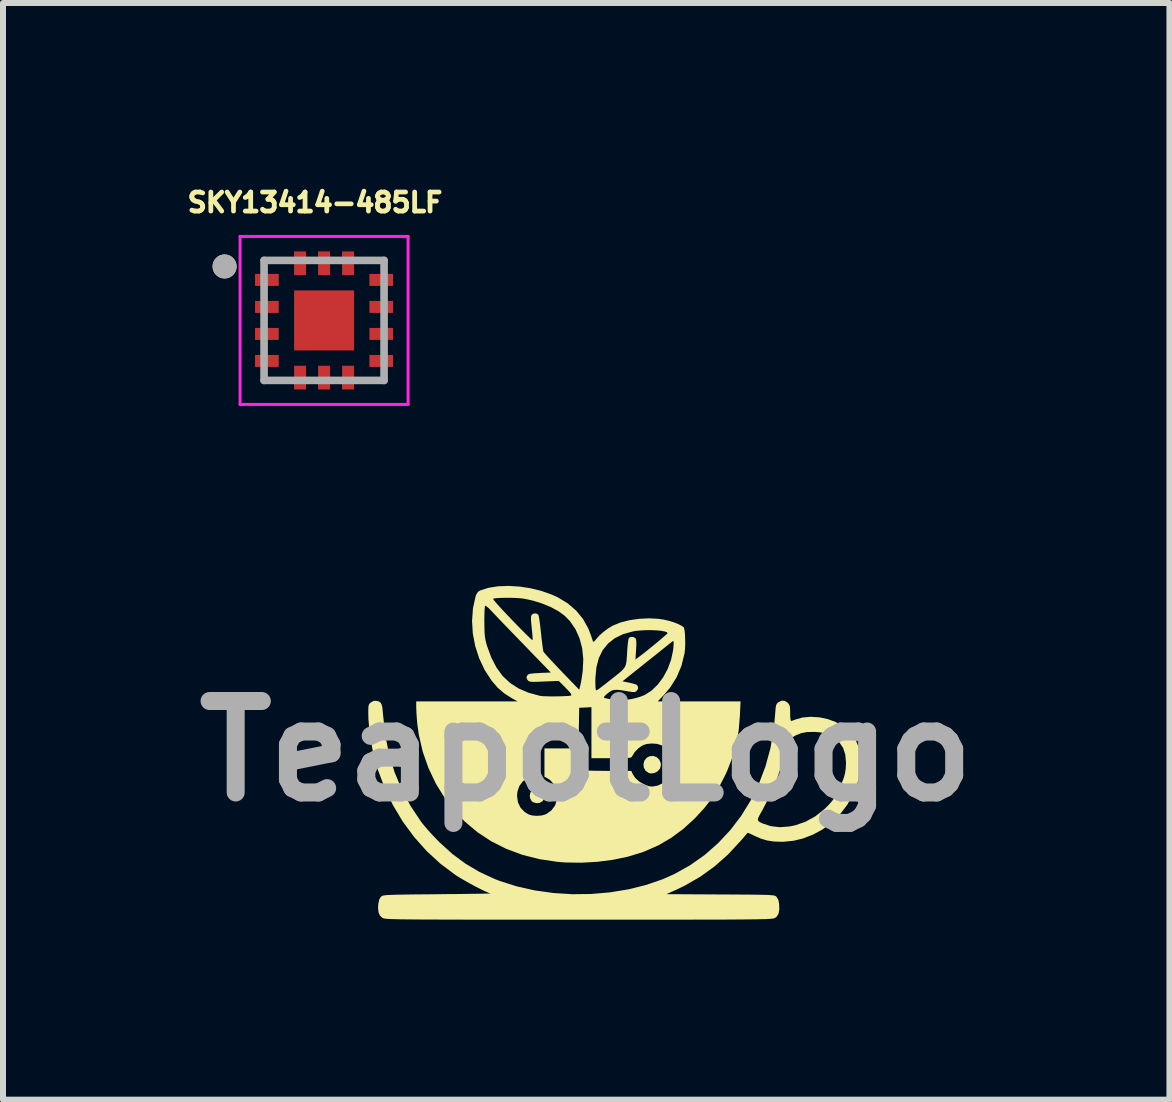
<source format=kicad_pcb>
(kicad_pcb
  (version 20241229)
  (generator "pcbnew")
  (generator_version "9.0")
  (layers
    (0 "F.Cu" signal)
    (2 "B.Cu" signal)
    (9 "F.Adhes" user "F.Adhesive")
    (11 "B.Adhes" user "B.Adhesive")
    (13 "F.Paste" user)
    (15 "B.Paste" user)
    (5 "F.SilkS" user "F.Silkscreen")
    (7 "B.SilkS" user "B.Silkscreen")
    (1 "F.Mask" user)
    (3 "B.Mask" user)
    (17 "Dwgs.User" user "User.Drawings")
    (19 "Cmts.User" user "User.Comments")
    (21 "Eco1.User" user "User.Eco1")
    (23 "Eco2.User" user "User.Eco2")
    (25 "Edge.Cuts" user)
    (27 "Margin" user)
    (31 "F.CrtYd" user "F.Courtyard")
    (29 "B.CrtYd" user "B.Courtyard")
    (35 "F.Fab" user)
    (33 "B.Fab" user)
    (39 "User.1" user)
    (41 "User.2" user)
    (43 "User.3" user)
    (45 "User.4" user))
  (footprint "SKY13414-485LF"
    (layer "F.Cu")
    (at 2.351 2.29)
    (property "Reference" "SKY13414-485LF" (at -0.151 -1.965 0) (layer "F.SilkS") (effects (font (size 0.317 0.317) (thickness 0.15))))
    (attr smd)
    (fp_circle (center -1.658 -0.899) (end -1.558 -0.899) (stroke (width 0.2) (type solid)) (fill no) (layer "F.SilkS"))
    (fp_poly (pts (xy -0.35 -0.35) (xy 0.35 -0.35) (xy 0.35 0.35) (xy -0.35 0.35)) (stroke (width 0.01) (type solid)) (fill yes) (layer "F.Paste"))
    (fp_line (start -1.4 -1.4) (end 1.4 -1.4) (stroke (width 0.05) (type solid)) (layer "F.CrtYd"))
    (fp_line (start -1.4 1.4) (end -1.4 -1.4) (stroke (width 0.05) (type solid)) (layer "F.CrtYd"))
    (fp_line (start 1.4 -1.4) (end 1.4 1.4) (stroke (width 0.05) (type solid)) (layer "F.CrtYd"))
    (fp_line (start 1.4 1.4) (end -1.4 1.4) (stroke (width 0.05) (type solid)) (layer "F.CrtYd"))
    (fp_line (start -1 -1) (end 1 -1) (stroke (width 0.127) (type solid)) (layer "F.Fab"))
    (fp_line (start -1 1) (end -1 -1) (stroke (width 0.127) (type solid)) (layer "F.Fab"))
    (fp_line (start 1 -1) (end 1 1) (stroke (width 0.127) (type solid)) (layer "F.Fab"))
    (fp_line (start 1 1) (end -1 1) (stroke (width 0.127) (type solid)) (layer "F.Fab"))
    (fp_circle (center -1.658 -0.899) (end -1.558 -0.899) (stroke (width 0.2) (type solid)) (fill no) (layer "F.Fab"))
    (pad "1" smd rect (at -0.953 -0.675 180) (size 0.395 0.2) (layers "F.Cu" "F.Mask" "F.Paste"))
    (pad "2" smd rect (at -0.953 -0.225 180) (size 0.395 0.2) (layers "F.Cu" "F.Mask" "F.Paste"))
    (pad "3" smd rect (at -0.953 0.225 180) (size 0.395 0.2) (layers "F.Cu" "F.Mask" "F.Paste"))
    (pad "4" smd rect (at -0.953 0.675 180) (size 0.395 0.2) (layers "F.Cu" "F.Mask" "F.Paste"))
    (pad "5" smd rect (at -0.4 0.953 270) (size 0.395 0.2) (layers "F.Cu" "F.Mask" "F.Paste"))
    (pad "6" smd rect (at 0 0.953 270) (size 0.395 0.2) (layers "F.Cu" "F.Mask" "F.Paste"))
    (pad "7" smd rect (at 0.4 0.953 270) (size 0.395 0.2) (layers "F.Cu" "F.Mask" "F.Paste"))
    (pad "8" smd rect (at 0.953 0.675) (size 0.395 0.2) (layers "F.Cu" "F.Mask" "F.Paste"))
    (pad "9" smd rect (at 0.953 0.225 180) (size 0.395 0.2) (layers "F.Cu" "F.Mask" "F.Paste"))
    (pad "10" smd rect (at 0.953 -0.225 180) (size 0.395 0.2) (layers "F.Cu" "F.Mask" "F.Paste"))
    (pad "11" smd rect (at 0.953 -0.675 180) (size 0.395 0.2) (layers "F.Cu" "F.Mask" "F.Paste"))
    (pad "12" smd rect (at 0.4 -0.953 270) (size 0.395 0.2) (layers "F.Cu" "F.Mask" "F.Paste"))
    (pad "13" smd rect (at 0 -0.953 270) (size 0.395 0.2) (layers "F.Cu" "F.Mask" "F.Paste"))
    (pad "14" smd rect (at -0.4 -0.953 270) (size 0.395 0.2) (layers "F.Cu" "F.Mask" "F.Paste"))
    (pad "15" smd rect (at 0 0) (size 1 1) (layers "F.Cu" "F.Mask")))
  (footprint "TeapotLogo"
    (layer "F.Cu")
    (at 6.72 9.428)
    (property "Reference" "TeapotLogo" (at 0 0.04 0) (layer "F.Fab") (effects (font (size 1.524 1.524) (thickness 0.3))))
    (attr board_only exclude_from_pos_files exclude_from_bom)
    (fp_poly (pts (xy -0.76 0.675) (xy -0.729 0.696) (xy -0.702 0.743) (xy -0.696 0.786) (xy -0.708 0.844) (xy -0.729 0.876) (xy -0.776 0.902) (xy -0.818 0.908) (xy -0.876 0.896) (xy -0.908 0.876) (xy -0.934 0.828) (xy -0.941 0.786) (xy -0.929 0.728) (xy -0.908 0.696) (xy -0.861 0.67) (xy -0.818 0.663)) (stroke (width 0) (type solid)) (fill yes) (layer "F.SilkS"))
    (fp_poly (pts (xy 1.173 0.14) (xy 1.218 0.182) (xy 1.243 0.242) (xy 1.245 0.27) (xy 1.231 0.328) (xy 1.192 0.375) (xy 1.139 0.405) (xy 1.079 0.413) (xy 1.039 0.403) (xy 0.989 0.367) (xy 0.96 0.315) (xy 0.954 0.257) (xy 0.969 0.2) (xy 1.006 0.153) (xy 1.051 0.127) (xy 1.115 0.12)) (stroke (width 0) (type solid)) (fill yes) (layer "F.SilkS"))
    (fp_poly (pts (xy 3.311 -0.797) (xy 3.359 -0.765) (xy 3.379 -0.741) (xy 3.391 -0.714) (xy 3.397 -0.675) (xy 3.399 -0.616) (xy 3.399 -0.593) (xy 3.4 -0.533) (xy 3.405 -0.487) (xy 3.411 -0.464) (xy 3.413 -0.462) (xy 3.437 -0.468) (xy 3.476 -0.482) (xy 3.482 -0.485) (xy 3.604 -0.52) (xy 3.741 -0.532) (xy 3.886 -0.523) (xy 4.028 -0.493) (xy 4.162 -0.443) (xy 4.17 -0.438) (xy 4.306 -0.355) (xy 4.415 -0.255) (xy 4.495 -0.138) (xy 4.548 -0.004) (xy 4.574 0.149) (xy 4.577 0.223) (xy 4.562 0.409) (xy 4.516 0.594) (xy 4.444 0.772) (xy 4.346 0.941) (xy 4.227 1.096) (xy 4.088 1.234) (xy 3.933 1.349) (xy 3.781 1.431) (xy 3.616 1.495) (xy 3.457 1.534) (xy 3.295 1.55) (xy 3.26 1.551) (xy 3.129 1.547) (xy 3.017 1.53) (xy 2.912 1.499) (xy 2.805 1.452) (xy 2.752 1.426) (xy 2.711 1.408) (xy 2.691 1.401) (xy 2.69 1.401) (xy 2.678 1.415) (xy 2.65 1.448) (xy 2.61 1.495) (xy 2.574 1.536) (xy 2.362 1.764) (xy 2.138 1.962) (xy 1.9 2.134) (xy 1.644 2.281) (xy 1.497 2.352) (xy 1.336 2.424) (xy 2.237 2.429) (xy 2.431 2.43) (xy 2.595 2.431) (xy 2.731 2.432) (xy 2.843 2.433) (xy 2.933 2.435) (xy 3.004 2.436) (xy 3.057 2.439) (xy 3.097 2.442) (xy 3.125 2.446) (xy 3.144 2.45) (xy 3.156 2.456) (xy 3.165 2.462) (xy 3.172 2.469) (xy 3.203 2.522) (xy 3.215 2.586) (xy 3.218 2.679) (xy 3.206 2.748) (xy 3.177 2.796) (xy 3.149 2.818) (xy 3.142 2.821) (xy 3.134 2.825) (xy 3.123 2.828) (xy 3.108 2.831) (xy 3.088 2.833) (xy 3.06 2.836) (xy 3.025 2.838) (xy 2.979 2.84) (xy 2.923 2.841) (xy 2.854 2.843) (xy 2.772 2.844) (xy 2.675 2.845) (xy 2.561 2.846) (xy 2.429 2.847) (xy 2.279 2.848) (xy 2.107 2.848) (xy 1.914 2.848) (xy 1.698 2.849) (xy 1.457 2.849) (xy 1.19 2.849) (xy 0.896 2.849) (xy 0.573 2.849) (xy 0.221 2.849) (xy -0.125 2.849) (xy -0.506 2.849) (xy -0.856 2.849) (xy -1.176 2.849) (xy -1.467 2.849) (xy -1.732 2.849) (xy -1.97 2.849) (xy -2.184 2.848) (xy -2.375 2.848) (xy -2.544 2.847) (xy -2.693 2.847) (xy -2.822 2.846) (xy -2.935 2.845) (xy -3.03 2.844) (xy -3.111 2.843) (xy -3.179 2.841) (xy -3.234 2.84) (xy -3.278 2.838) (xy -3.313 2.836) (xy -3.34 2.833) (xy -3.36 2.831) (xy -3.374 2.828) (xy -3.385 2.824) (xy -3.393 2.821) (xy -3.399 2.818) (xy -3.439 2.78) (xy -3.462 2.725) (xy -3.469 2.648) (xy -3.465 2.586) (xy -3.448 2.51) (xy -3.422 2.469) (xy -3.414 2.461) (xy -3.404 2.455) (xy -3.391 2.449) (xy -3.37 2.445) (xy -3.34 2.441) (xy -3.299 2.438) (xy -3.242 2.436) (xy -3.169 2.433) (xy -3.075 2.432) (xy -2.959 2.43) (xy -2.818 2.428) (xy -2.65 2.427) (xy -2.478 2.425) (xy -2.31 2.423) (xy -2.153 2.422) (xy -2.009 2.42) (xy -1.883 2.418) (xy -1.775 2.417) (xy -1.69 2.415) (xy -1.63 2.414) (xy -1.598 2.413) (xy -1.593 2.413) (xy -1.628 2.401) (xy -1.686 2.376) (xy -1.76 2.341) (xy -1.844 2.297) (xy -1.933 2.25) (xy -2.021 2.2) (xy -2.102 2.153) (xy -2.171 2.11) (xy -2.181 2.103) (xy -2.43 1.917) (xy -2.66 1.705) (xy -2.869 1.47) (xy -3.057 1.215) (xy -3.221 0.941) (xy -3.36 0.651) (xy -3.473 0.348) (xy -3.558 0.032) (xy -3.566 -0.008) (xy -3.609 -0.259) (xy -3.63 -0.491) (xy -3.632 -0.587) (xy -3.632 -0.658) (xy -3.629 -0.705) (xy -3.622 -0.734) (xy -3.609 -0.754) (xy -3.588 -0.772) (xy -3.588 -0.772) (xy -3.541 -0.798) (xy -3.494 -0.797) (xy -3.455 -0.787) (xy -3.428 -0.768) (xy -3.41 -0.737) (xy -3.398 -0.688) (xy -3.39 -0.614) (xy -3.386 -0.565) (xy -3.35 -0.23) (xy -3.287 0.087) (xy -3.195 0.389) (xy -3.075 0.678) (xy -2.926 0.956) (xy -2.75 1.22) (xy -2.703 1.279) (xy -2.639 1.354) (xy -2.565 1.435) (xy -2.487 1.517) (xy -2.444 1.561) (xy -2.233 1.752) (xy -2.014 1.915) (xy -1.781 2.053) (xy -1.528 2.17) (xy -1.439 2.205) (xy -1.155 2.295) (xy -0.856 2.362) (xy -0.547 2.405) (xy -0.233 2.425) (xy 0.084 2.421) (xy 0.397 2.394) (xy 0.703 2.344) (xy 0.997 2.271) (xy 1.275 2.175) (xy 1.467 2.09) (xy 1.73 1.943) (xy 1.974 1.771) (xy 2.198 1.574) (xy 2.402 1.356) (xy 2.537 1.179) (xy 2.86 1.179) (xy 2.866 1.202) (xy 2.888 1.22) (xy 2.926 1.239) (xy 2.942 1.247) (xy 3.078 1.291) (xy 3.227 1.308) (xy 3.388 1.296) (xy 3.489 1.275) (xy 3.657 1.216) (xy 3.818 1.127) (xy 3.965 1.011) (xy 3.997 0.981) (xy 4.062 0.914) (xy 4.11 0.856) (xy 4.15 0.797) (xy 4.189 0.724) (xy 4.211 0.679) (xy 4.259 0.574) (xy 4.292 0.487) (xy 4.313 0.41) (xy 4.325 0.332) (xy 4.329 0.244) (xy 4.329 0.224) (xy 4.317 0.095) (xy 4.281 -0.014) (xy 4.219 -0.105) (xy 4.128 -0.181) (xy 4.036 -0.232) (xy 3.974 -0.256) (xy 3.909 -0.271) (xy 3.828 -0.279) (xy 3.803 -0.28) (xy 3.685 -0.278) (xy 3.585 -0.26) (xy 3.491 -0.222) (xy 3.427 -0.185) (xy 3.379 -0.151) (xy 3.354 -0.118) (xy 3.341 -0.076) (xy 3.341 -0.076) (xy 3.276 0.209) (xy 3.182 0.496) (xy 3.062 0.781) (xy 2.937 1.021) (xy 2.896 1.094) (xy 2.87 1.145) (xy 2.86 1.179) (xy 2.537 1.179) (xy 2.584 1.117) (xy 2.743 0.859) (xy 2.878 0.584) (xy 2.987 0.295) (xy 3.07 -0.008) (xy 3.125 -0.323) (xy 3.147 -0.556) (xy 3.153 -0.637) (xy 3.158 -0.692) (xy 3.166 -0.727) (xy 3.177 -0.75) (xy 3.193 -0.767) (xy 3.199 -0.773) (xy 3.256 -0.801)) (stroke (width 0) (type solid)) (fill yes) (layer "F.SilkS"))
    (fp_poly (pts (xy -1.111 -2.702) (xy -0.926 -2.674) (xy -0.745 -2.629) (xy -0.574 -2.568) (xy -0.476 -2.524) (xy -0.31 -2.424) (xy -0.169 -2.303) (xy -0.054 -2.163) (xy 0.035 -2.003) (xy 0.08 -1.886) (xy 0.096 -1.836) (xy 0.109 -1.797) (xy 0.113 -1.786) (xy 0.126 -1.782) (xy 0.152 -1.808) (xy 0.168 -1.829) (xy 0.219 -1.886) (xy 0.288 -1.947) (xy 0.365 -2.005) (xy 0.44 -2.05) (xy 0.444 -2.052) (xy 0.572 -2.104) (xy 0.722 -2.142) (xy 0.884 -2.165) (xy 1.049 -2.173) (xy 1.21 -2.164) (xy 1.295 -2.151) (xy 1.377 -2.132) (xy 1.458 -2.107) (xy 1.53 -2.079) (xy 1.587 -2.05) (xy 1.623 -2.024) (xy 1.629 -2.014) (xy 1.639 -1.972) (xy 1.646 -1.906) (xy 1.649 -1.826) (xy 1.65 -1.74) (xy 1.646 -1.659) (xy 1.639 -1.59) (xy 1.637 -1.582) (xy 1.586 -1.378) (xy 1.506 -1.19) (xy 1.398 -1.018) (xy 1.29 -0.891) (xy 1.191 -0.788) (xy 2.572 -0.788) (xy 2.561 -0.548) (xy 2.541 -0.306) (xy 2.5 -0.079) (xy 2.437 0.143) (xy 2.349 0.369) (xy 2.311 0.451) (xy 2.209 0.648) (xy 2.096 0.826) (xy 1.965 0.993) (xy 1.81 1.161) (xy 1.809 1.162) (xy 1.615 1.339) (xy 1.414 1.487) (xy 1.201 1.611) (xy 0.969 1.713) (xy 0.919 1.731) (xy 0.692 1.8) (xy 0.445 1.851) (xy 0.184 1.885) (xy -0.082 1.9) (xy -0.345 1.896) (xy -0.484 1.885) (xy -0.783 1.84) (xy -1.066 1.768) (xy -1.332 1.669) (xy -1.581 1.544) (xy -1.811 1.393) (xy -2.02 1.218) (xy -2.176 1.057) (xy -2.354 0.828) (xy -2.38 0.786) (xy -1.153 0.786) (xy -1.138 0.892) (xy -1.096 0.982) (xy -1.025 1.055) (xy -0.965 1.093) (xy -0.902 1.113) (xy -0.823 1.119) (xy -0.743 1.113) (xy -0.674 1.093) (xy -0.667 1.089) (xy -0.581 1.029) (xy -0.521 0.95) (xy -0.489 0.854) (xy -0.484 0.786) (xy -0.498 0.683) (xy -0.538 0.593) (xy -0.602 0.522) (xy -0.651 0.49) (xy -0.696 0.467) (xy -0.696 -0.005) (xy -0.125 -0.005) (xy -0.125 0.134) (xy -0.121 0.229) (xy -0.109 0.297) (xy -0.088 0.34) (xy -0.069 0.357) (xy -0.049 0.361) (xy -0.000091 0.364) (xy 0.072 0.366) (xy 0.162 0.368) (xy 0.267 0.369) (xy 0.35 0.37) (xy 0.752 0.37) (xy 0.771 0.416) (xy 0.815 0.485) (xy 0.882 0.546) (xy 0.962 0.595) (xy 1.046 0.625) (xy 1.099 0.631) (xy 1.189 0.616) (xy 1.278 0.574) (xy 1.356 0.511) (xy 1.415 0.433) (xy 1.427 0.411) (xy 1.454 0.315) (xy 1.453 0.216) (xy 1.425 0.121) (xy 1.373 0.036) (xy 1.299 -0.032) (xy 1.261 -0.055) (xy 1.184 -0.08) (xy 1.093 -0.087) (xy 1.004 -0.078) (xy 0.937 -0.055) (xy 0.87 -0.008) (xy 0.808 0.056) (xy 0.768 0.121) (xy 0.761 0.133) (xy 0.752 0.142) (xy 0.735 0.149) (xy 0.706 0.153) (xy 0.662 0.156) (xy 0.596 0.157) (xy 0.506 0.158) (xy 0.419 0.158) (xy 0.087 0.158) (xy 0.087 -0.692) (xy -0.015 -0.687) (xy -0.117 -0.682) (xy -0.121 -0.45) (xy -0.126 -0.217) (xy -0.481 -0.217) (xy -0.601 -0.217) (xy -0.694 -0.216) (xy -0.762 -0.213) (xy -0.81 -0.21) (xy -0.843 -0.204) (xy -0.864 -0.197) (xy -0.872 -0.192) (xy -0.884 -0.182) (xy -0.894 -0.169) (xy -0.9 -0.149) (xy -0.904 -0.116) (xy -0.907 -0.066) (xy -0.908 0.006) (xy -0.908 0.104) (xy -0.908 0.142) (xy -0.908 0.451) (xy -0.969 0.482) (xy -1.056 0.543) (xy -1.115 0.622) (xy -1.147 0.718) (xy -1.153 0.786) (xy -2.38 0.786) (xy -2.506 0.582) (xy -2.63 0.321) (xy -2.725 0.049) (xy -2.79 -0.232) (xy -2.816 -0.42) (xy -2.823 -0.505) (xy -2.829 -0.589) (xy -2.832 -0.661) (xy -2.833 -0.693) (xy -2.833 -0.788) (xy -1.989 -0.789) (xy -1.144 -0.789) (xy -1.232 -0.837) (xy -1.256 -0.852) (xy 0.295 -0.852) (xy 0.318 -0.842) (xy 0.365 -0.832) (xy 0.426 -0.821) (xy 0.491 -0.813) (xy 0.552 -0.808) (xy 0.568 -0.807) (xy 0.617 -0.81) (xy 0.684 -0.817) (xy 0.755 -0.828) (xy 0.757 -0.828) (xy 0.834 -0.846) (xy 0.914 -0.871) (xy 0.974 -0.895) (xy 1.088 -0.968) (xy 1.192 -1.068) (xy 1.282 -1.189) (xy 1.357 -1.328) (xy 1.413 -1.478) (xy 1.447 -1.634) (xy 1.453 -1.685) (xy 1.457 -1.747) (xy 1.457 -1.782) (xy 1.452 -1.795) (xy 1.44 -1.791) (xy 1.44 -1.79) (xy 1.422 -1.776) (xy 1.381 -1.744) (xy 1.322 -1.697) (xy 1.247 -1.637) (xy 1.16 -1.567) (xy 1.063 -1.49) (xy 1.01 -1.448) (xy 0.604 -1.123) (xy 0.709 -1.102) (xy 0.767 -1.089) (xy 0.814 -1.076) (xy 0.838 -1.067) (xy 0.862 -1.038) (xy 0.864 -0.999) (xy 0.841 -0.963) (xy 0.824 -0.95) (xy 0.803 -0.944) (xy 0.77 -0.945) (xy 0.718 -0.952) (xy 0.673 -0.96) (xy 0.583 -0.975) (xy 0.517 -0.982) (xy 0.468 -0.98) (xy 0.428 -0.97) (xy 0.391 -0.948) (xy 0.358 -0.924) (xy 0.32 -0.891) (xy 0.297 -0.864) (xy 0.295 -0.852) (xy -1.256 -0.852) (xy -1.364 -0.921) (xy -1.475 -1.016) (xy -1.575 -1.132) (xy -1.578 -1.136) (xy -1.693 -1.313) (xy -1.784 -1.506) (xy -1.85 -1.71) (xy -1.89 -1.92) (xy -1.903 -2.131) (xy -1.9 -2.164) (xy -1.698 -2.164) (xy -1.698 -2.113) (xy -1.696 -2.01) (xy -1.694 -1.932) (xy -1.688 -1.87) (xy -1.68 -1.816) (xy -1.667 -1.763) (xy -1.653 -1.713) (xy -1.582 -1.519) (xy -1.496 -1.353) (xy -1.393 -1.212) (xy -1.27 -1.097) (xy -1.127 -1.004) (xy -0.961 -0.933) (xy -0.771 -0.881) (xy -0.769 -0.881) (xy -0.732 -0.876) (xy -0.674 -0.874) (xy -0.6 -0.872) (xy -0.52 -0.872) (xy -0.438 -0.873) (xy -0.364 -0.876) (xy -0.304 -0.879) (xy -0.265 -0.883) (xy -0.255 -0.886) (xy -0.248 -0.897) (xy -0.255 -0.917) (xy -0.28 -0.948) (xy -0.325 -0.996) (xy -0.344 -1.016) (xy -0.458 -1.13) (xy -0.705 -1.12) (xy -0.799 -1.116) (xy -0.866 -1.114) (xy -0.912 -1.115) (xy -0.941 -1.119) (xy -0.958 -1.126) (xy -0.97 -1.137) (xy -0.979 -1.148) (xy -0.996 -1.18) (xy -0.991 -1.207) (xy -0.983 -1.22) (xy -0.97 -1.235) (xy -0.95 -1.245) (xy -0.916 -1.252) (xy -0.862 -1.257) (xy -0.782 -1.261) (xy -0.776 -1.262) (xy -0.59 -1.27) (xy -0.835 -1.522) (xy -0.925 -1.615) (xy -1.024 -1.718) (xy -1.124 -1.821) (xy -1.217 -1.917) (xy -1.285 -1.987) (xy -1.359 -2.064) (xy -1.433 -2.141) (xy -1.5 -2.211) (xy -1.554 -2.268) (xy -1.581 -2.297) (xy -1.624 -2.341) (xy -1.66 -2.371) (xy -1.682 -2.383) (xy -1.686 -2.382) (xy -1.69 -2.361) (xy -1.694 -2.315) (xy -1.696 -2.247) (xy -1.698 -2.164) (xy -1.9 -2.164) (xy -1.888 -2.338) (xy -1.853 -2.498) (xy -1.553 -2.498) (xy -1.545 -2.484) (xy -1.517 -2.449) (xy -1.472 -2.397) (xy -1.412 -2.331) (xy -1.34 -2.254) (xy -1.258 -2.168) (xy -1.234 -2.143) (xy -1.15 -2.056) (xy -1.073 -1.978) (xy -1.006 -1.911) (xy -0.953 -1.859) (xy -0.915 -1.823) (xy -0.896 -1.808) (xy -0.895 -1.808) (xy -0.893 -1.826) (xy -0.895 -1.87) (xy -0.9 -1.934) (xy -0.908 -2.01) (xy -0.908 -2.011) (xy -0.917 -2.098) (xy -0.921 -2.159) (xy -0.92 -2.198) (xy -0.914 -2.222) (xy -0.908 -2.232) (xy -0.875 -2.253) (xy -0.834 -2.254) (xy -0.802 -2.236) (xy -0.797 -2.228) (xy -0.79 -2.203) (xy -0.781 -2.151) (xy -0.771 -2.079) (xy -0.761 -1.993) (xy -0.753 -1.922) (xy -0.743 -1.829) (xy -0.733 -1.746) (xy -0.724 -1.679) (xy -0.717 -1.634) (xy -0.714 -1.619) (xy -0.7 -1.6) (xy -0.667 -1.562) (xy -0.617 -1.507) (xy -0.554 -1.439) (xy -0.481 -1.361) (xy -0.411 -1.288) (xy -0.117 -0.983) (xy -0.097 -1.061) (xy -0.086 -1.113) (xy -0.081 -1.142) (xy 0.152 -1.142) (xy 0.153 -1.063) (xy 0.155 -1.012) (xy 0.16 -0.983) (xy 0.168 -0.973) (xy 0.176 -0.974) (xy 0.196 -0.986) (xy 0.237 -1.016) (xy 0.294 -1.06) (xy 0.362 -1.113) (xy 0.428 -1.165) (xy 0.51 -1.23) (xy 0.571 -1.28) (xy 0.614 -1.322) (xy 0.643 -1.36) (xy 0.661 -1.403) (xy 0.671 -1.455) (xy 0.677 -1.524) (xy 0.682 -1.616) (xy 0.684 -1.645) (xy 0.69 -1.72) (xy 0.697 -1.783) (xy 0.705 -1.828) (xy 0.711 -1.845) (xy 0.743 -1.863) (xy 0.785 -1.861) (xy 0.82 -1.842) (xy 0.822 -1.84) (xy 0.831 -1.818) (xy 0.835 -1.778) (xy 0.835 -1.714) (xy 0.831 -1.651) (xy 0.82 -1.486) (xy 0.865 -1.52) (xy 0.913 -1.556) (xy 0.974 -1.603) (xy 1.042 -1.658) (xy 1.114 -1.716) (xy 1.184 -1.774) (xy 1.247 -1.827) (xy 1.3 -1.873) (xy 1.338 -1.906) (xy 1.355 -1.923) (xy 1.355 -1.924) (xy 1.345 -1.941) (xy 1.309 -1.954) (xy 1.25 -1.965) (xy 1.176 -1.972) (xy 1.091 -1.976) (xy 1 -1.976) (xy 0.91 -1.971) (xy 0.825 -1.963) (xy 0.776 -1.954) (xy 0.614 -1.909) (xy 0.477 -1.842) (xy 0.364 -1.753) (xy 0.275 -1.643) (xy 0.21 -1.511) (xy 0.17 -1.357) (xy 0.153 -1.18) (xy 0.152 -1.142) (xy -0.081 -1.142) (xy -0.074 -1.184) (xy -0.063 -1.264) (xy -0.058 -1.301) (xy -0.049 -1.49) (xy -0.067 -1.671) (xy -0.111 -1.839) (xy -0.179 -1.992) (xy -0.271 -2.126) (xy -0.359 -2.216) (xy -0.462 -2.291) (xy -0.591 -2.361) (xy -0.737 -2.421) (xy -0.895 -2.47) (xy -1.04 -2.501) (xy -1.097 -2.507) (xy -1.17 -2.512) (xy -1.253 -2.515) (xy -1.337 -2.515) (xy -1.416 -2.514) (xy -1.483 -2.51) (xy -1.531 -2.505) (xy -1.553 -2.498) (xy -1.853 -2.498) (xy -1.844 -2.537) (xy -1.836 -2.563) (xy -1.805 -2.614) (xy -1.766 -2.638) (xy -1.627 -2.682) (xy -1.467 -2.707) (xy -1.293 -2.713)) (stroke (width 0) (type solid)) (fill yes) (layer "F.SilkS")))
  (gr_rect
    (start -3 -3)
    (end 16.44 15.277)
    (stroke (width 0.1) (type default))
    (fill no)
    (layer "Edge.Cuts")))
</source>
